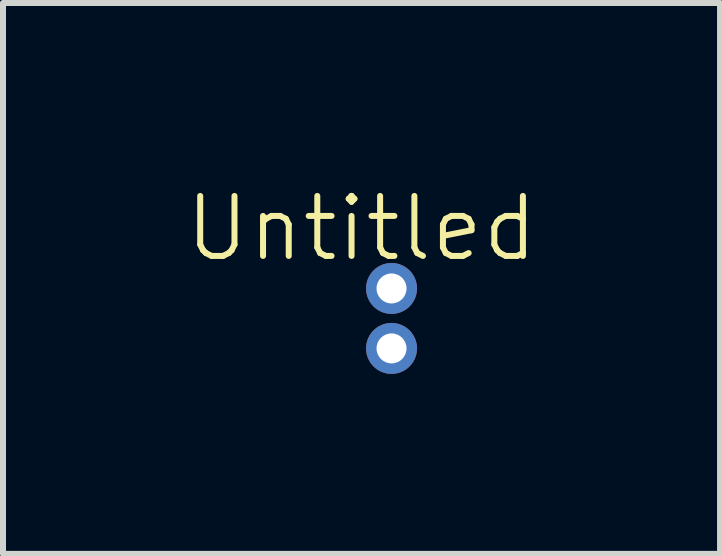
<source format=kicad_pcb>
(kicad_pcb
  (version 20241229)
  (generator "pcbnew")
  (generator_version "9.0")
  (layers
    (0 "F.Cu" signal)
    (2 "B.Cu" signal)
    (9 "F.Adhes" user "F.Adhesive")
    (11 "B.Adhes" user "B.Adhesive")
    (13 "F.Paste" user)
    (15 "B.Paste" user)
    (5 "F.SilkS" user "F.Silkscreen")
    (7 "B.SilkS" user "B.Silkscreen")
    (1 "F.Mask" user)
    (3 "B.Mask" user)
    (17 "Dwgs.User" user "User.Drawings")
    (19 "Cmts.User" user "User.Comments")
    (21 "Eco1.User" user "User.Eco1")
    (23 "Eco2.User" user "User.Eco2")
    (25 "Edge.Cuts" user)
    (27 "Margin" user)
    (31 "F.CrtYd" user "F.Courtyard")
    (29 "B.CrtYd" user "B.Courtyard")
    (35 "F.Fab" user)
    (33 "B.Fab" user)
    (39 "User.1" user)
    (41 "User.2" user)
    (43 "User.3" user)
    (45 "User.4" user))
  (footprint "Untitled"
    (layer "F.Cu")
    (at 2.979 1.26)
    (property "Reference" "Untitled" (at 0 -0.5 0) (unlocked yes) (layer "F.SilkS") (effects (font (size 1 1) (thickness 0.1))))
    (attr smd)
    (pad "1" thru_hole circle (at 0.5 0.5) (size 0.85 0.85) (drill 0.5) (layers "*.Cu" "*.Mask"))
    (pad "2" thru_hole circle (at 0.5 1.5) (size 0.85 0.85) (drill 0.5) (layers "*.Cu" "*.Mask")))
  (gr_rect
    (start -3 -3)
    (end 8.957 6.186)
    (stroke (width 0.1) (type default))
    (fill no)
    (layer "Edge.Cuts")))
</source>
